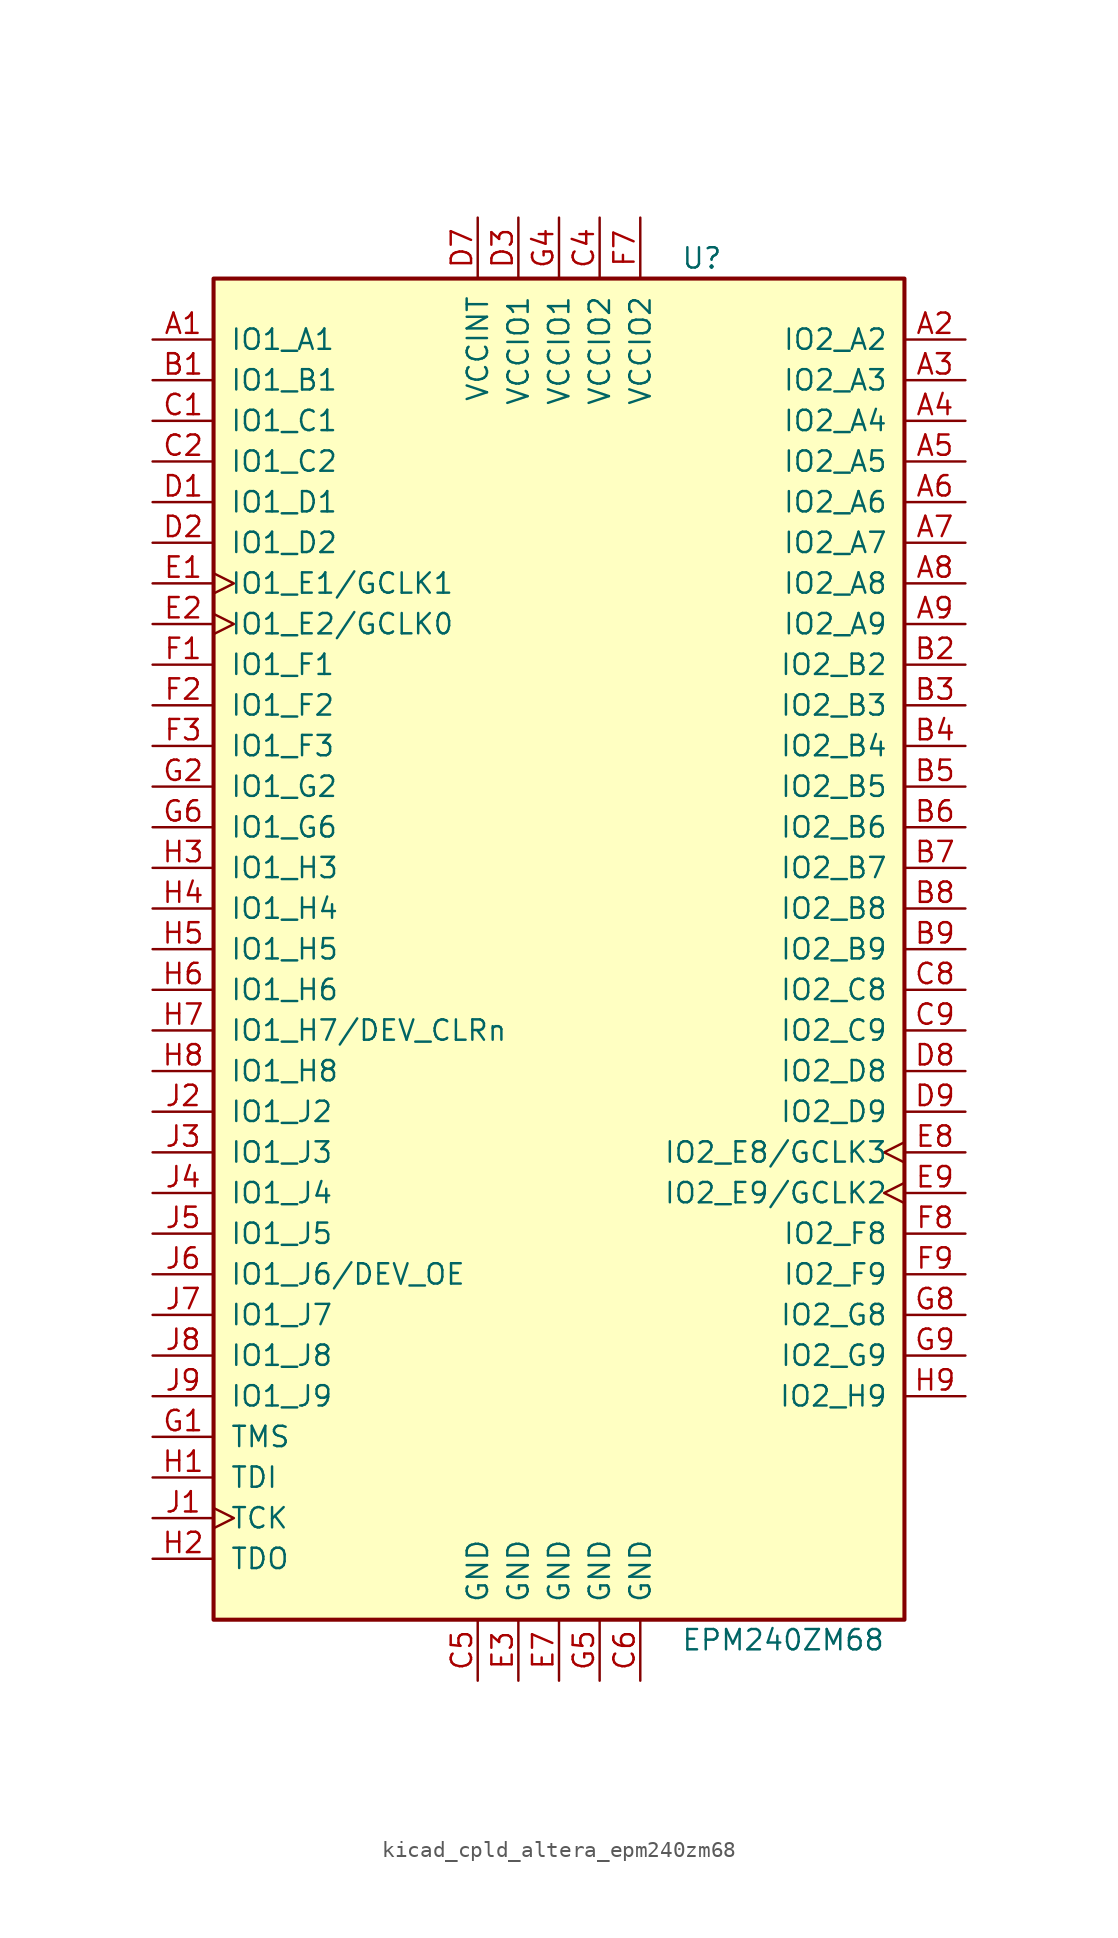
<source format=kicad_sym>
(kicad_symbol_lib
  (version 20220914)
  (generator kicad_symbol_editor)
  (symbol "kicad_cpld_altera_epm240zm68"
    (pin_names
      (offset 1.016))
    (property "Reference" "U"
      (at 7.62 43.18 0)
      (effects (font (size 1.27 1.27)) (justify left)))
    (property "Value" "EPM240ZM68"
      (at 7.62 -43.18 0)
      (effects (font (size 1.27 1.27)) (justify left)))
    (property "ki_locked" ""
      (at 0 0 0)
      (effects (font (size 1.27 1.27))))
    (symbol "kicad_cpld_altera_epm240zm68_1_1"
      (rectangle (start -21.59 41.91) (end 21.59 -41.91) (stroke (width 0.254) (type default)) (fill (type background)))
      (pin bidirectional line (at -25.4 38.1 0) (length 3.81) (name "IO1_A1" (effects (font (size 1.27 1.27)))) (number "A1" (effects (font (size 1.27 1.27)))))
      (pin bidirectional line (at 25.4 38.1 180) (length 3.81) (name "IO2_A2" (effects (font (size 1.27 1.27)))) (number "A2" (effects (font (size 1.27 1.27)))))
      (pin bidirectional line (at 25.4 35.56 180) (length 3.81) (name "IO2_A3" (effects (font (size 1.27 1.27)))) (number "A3" (effects (font (size 1.27 1.27)))))
      (pin bidirectional line (at 25.4 33.02 180) (length 3.81) (name "IO2_A4" (effects (font (size 1.27 1.27)))) (number "A4" (effects (font (size 1.27 1.27)))))
      (pin bidirectional line (at 25.4 30.48 180) (length 3.81) (name "IO2_A5" (effects (font (size 1.27 1.27)))) (number "A5" (effects (font (size 1.27 1.27)))))
      (pin bidirectional line (at 25.4 27.94 180) (length 3.81) (name "IO2_A6" (effects (font (size 1.27 1.27)))) (number "A6" (effects (font (size 1.27 1.27)))))
      (pin bidirectional line (at 25.4 25.4 180) (length 3.81) (name "IO2_A7" (effects (font (size 1.27 1.27)))) (number "A7" (effects (font (size 1.27 1.27)))))
      (pin bidirectional line (at 25.4 22.86 180) (length 3.81) (name "IO2_A8" (effects (font (size 1.27 1.27)))) (number "A8" (effects (font (size 1.27 1.27)))))
      (pin bidirectional line (at 25.4 20.32 180) (length 3.81) (name "IO2_A9" (effects (font (size 1.27 1.27)))) (number "A9" (effects (font (size 1.27 1.27)))))
      (pin bidirectional line (at -25.4 35.56 0) (length 3.81) (name "IO1_B1" (effects (font (size 1.27 1.27)))) (number "B1" (effects (font (size 1.27 1.27)))))
      (pin bidirectional line (at 25.4 17.78 180) (length 3.81) (name "IO2_B2" (effects (font (size 1.27 1.27)))) (number "B2" (effects (font (size 1.27 1.27)))))
      (pin bidirectional line (at 25.4 15.24 180) (length 3.81) (name "IO2_B3" (effects (font (size 1.27 1.27)))) (number "B3" (effects (font (size 1.27 1.27)))))
      (pin bidirectional line (at 25.4 12.7 180) (length 3.81) (name "IO2_B4" (effects (font (size 1.27 1.27)))) (number "B4" (effects (font (size 1.27 1.27)))))
      (pin bidirectional line (at 25.4 10.16 180) (length 3.81) (name "IO2_B5" (effects (font (size 1.27 1.27)))) (number "B5" (effects (font (size 1.27 1.27)))))
      (pin bidirectional line (at 25.4 7.62 180) (length 3.81) (name "IO2_B6" (effects (font (size 1.27 1.27)))) (number "B6" (effects (font (size 1.27 1.27)))))
      (pin bidirectional line (at 25.4 5.08 180) (length 3.81) (name "IO2_B7" (effects (font (size 1.27 1.27)))) (number "B7" (effects (font (size 1.27 1.27)))))
      (pin bidirectional line (at 25.4 2.54 180) (length 3.81) (name "IO2_B8" (effects (font (size 1.27 1.27)))) (number "B8" (effects (font (size 1.27 1.27)))))
      (pin bidirectional line (at 25.4 0 180) (length 3.81) (name "IO2_B9" (effects (font (size 1.27 1.27)))) (number "B9" (effects (font (size 1.27 1.27)))))
      (pin bidirectional line (at -25.4 33.02 0) (length 3.81) (name "IO1_C1" (effects (font (size 1.27 1.27)))) (number "C1" (effects (font (size 1.27 1.27)))))
      (pin bidirectional line (at -25.4 30.48 0) (length 3.81) (name "IO1_C2" (effects (font (size 1.27 1.27)))) (number "C2" (effects (font (size 1.27 1.27)))))
      (pin power_in line (at 2.54 45.72 270) (length 3.81) (name "VCCIO2" (effects (font (size 1.27 1.27)))) (number "C4" (effects (font (size 1.27 1.27)))))
      (pin power_in line (at -5.08 -45.72 90) (length 3.81) (name "GND" (effects (font (size 1.27 1.27)))) (number "C5" (effects (font (size 1.27 1.27)))))
      (pin power_in line (at 5.08 -45.72 90) (length 3.81) (name "GND" (effects (font (size 1.27 1.27)))) (number "C6" (effects (font (size 1.27 1.27)))))
      (pin bidirectional line (at 25.4 -2.54 180) (length 3.81) (name "IO2_C8" (effects (font (size 1.27 1.27)))) (number "C8" (effects (font (size 1.27 1.27)))))
      (pin bidirectional line (at 25.4 -5.08 180) (length 3.81) (name "IO2_C9" (effects (font (size 1.27 1.27)))) (number "C9" (effects (font (size 1.27 1.27)))))
      (pin bidirectional line (at -25.4 27.94 0) (length 3.81) (name "IO1_D1" (effects (font (size 1.27 1.27)))) (number "D1" (effects (font (size 1.27 1.27)))))
      (pin bidirectional line (at -25.4 25.4 0) (length 3.81) (name "IO1_D2" (effects (font (size 1.27 1.27)))) (number "D2" (effects (font (size 1.27 1.27)))))
      (pin power_in line (at -2.54 45.72 270) (length 3.81) (name "VCCIO1" (effects (font (size 1.27 1.27)))) (number "D3" (effects (font (size 1.27 1.27)))))
      (pin power_in line (at -5.08 45.72 270) (length 3.81) (name "VCCINT" (effects (font (size 1.27 1.27)))) (number "D7" (effects (font (size 1.27 1.27)))))
      (pin bidirectional line (at 25.4 -7.62 180) (length 3.81) (name "IO2_D8" (effects (font (size 1.27 1.27)))) (number "D8" (effects (font (size 1.27 1.27)))))
      (pin bidirectional line (at 25.4 -10.16 180) (length 3.81) (name "IO2_D9" (effects (font (size 1.27 1.27)))) (number "D9" (effects (font (size 1.27 1.27)))))
      (pin bidirectional clock (at -25.4 22.86 0) (length 3.81) (name "IO1_E1/GCLK1" (effects (font (size 1.27 1.27)))) (number "E1" (effects (font (size 1.27 1.27)))))
      (pin bidirectional clock (at -25.4 20.32 0) (length 3.81) (name "IO1_E2/GCLK0" (effects (font (size 1.27 1.27)))) (number "E2" (effects (font (size 1.27 1.27)))))
      (pin power_in line (at -2.54 -45.72 90) (length 3.81) (name "GND" (effects (font (size 1.27 1.27)))) (number "E3" (effects (font (size 1.27 1.27)))))
      (pin power_in line (at 0 -45.72 90) (length 3.81) (name "GND" (effects (font (size 1.27 1.27)))) (number "E7" (effects (font (size 1.27 1.27)))))
      (pin bidirectional clock (at 25.4 -12.7 180) (length 3.81) (name "IO2_E8/GCLK3" (effects (font (size 1.27 1.27)))) (number "E8" (effects (font (size 1.27 1.27)))))
      (pin bidirectional clock (at 25.4 -15.24 180) (length 3.81) (name "IO2_E9/GCLK2" (effects (font (size 1.27 1.27)))) (number "E9" (effects (font (size 1.27 1.27)))))
      (pin bidirectional line (at -25.4 17.78 0) (length 3.81) (name "IO1_F1" (effects (font (size 1.27 1.27)))) (number "F1" (effects (font (size 1.27 1.27)))))
      (pin bidirectional line (at -25.4 15.24 0) (length 3.81) (name "IO1_F2" (effects (font (size 1.27 1.27)))) (number "F2" (effects (font (size 1.27 1.27)))))
      (pin bidirectional line (at -25.4 12.7 0) (length 3.81) (name "IO1_F3" (effects (font (size 1.27 1.27)))) (number "F3" (effects (font (size 1.27 1.27)))))
      (pin power_in line (at 5.08 45.72 270) (length 3.81) (name "VCCIO2" (effects (font (size 1.27 1.27)))) (number "F7" (effects (font (size 1.27 1.27)))))
      (pin bidirectional line (at 25.4 -17.78 180) (length 3.81) (name "IO2_F8" (effects (font (size 1.27 1.27)))) (number "F8" (effects (font (size 1.27 1.27)))))
      (pin bidirectional line (at 25.4 -20.32 180) (length 3.81) (name "IO2_F9" (effects (font (size 1.27 1.27)))) (number "F9" (effects (font (size 1.27 1.27)))))
      (pin input line (at -25.4 -30.48 0) (length 3.81) (name "TMS" (effects (font (size 1.27 1.27)))) (number "G1" (effects (font (size 1.27 1.27)))))
      (pin bidirectional line (at -25.4 10.16 0) (length 3.81) (name "IO1_G2" (effects (font (size 1.27 1.27)))) (number "G2" (effects (font (size 1.27 1.27)))))
      (pin power_in line (at 0 45.72 270) (length 3.81) (name "VCCIO1" (effects (font (size 1.27 1.27)))) (number "G4" (effects (font (size 1.27 1.27)))))
      (pin power_in line (at 2.54 -45.72 90) (length 3.81) (name "GND" (effects (font (size 1.27 1.27)))) (number "G5" (effects (font (size 1.27 1.27)))))
      (pin bidirectional line (at -25.4 7.62 0) (length 3.81) (name "IO1_G6" (effects (font (size 1.27 1.27)))) (number "G6" (effects (font (size 1.27 1.27)))))
      (pin bidirectional line (at 25.4 -22.86 180) (length 3.81) (name "IO2_G8" (effects (font (size 1.27 1.27)))) (number "G8" (effects (font (size 1.27 1.27)))))
      (pin bidirectional line (at 25.4 -25.4 180) (length 3.81) (name "IO2_G9" (effects (font (size 1.27 1.27)))) (number "G9" (effects (font (size 1.27 1.27)))))
      (pin input line (at -25.4 -33.02 0) (length 3.81) (name "TDI" (effects (font (size 1.27 1.27)))) (number "H1" (effects (font (size 1.27 1.27)))))
      (pin output line (at -25.4 -38.1 0) (length 3.81) (name "TDO" (effects (font (size 1.27 1.27)))) (number "H2" (effects (font (size 1.27 1.27)))))
      (pin bidirectional line (at -25.4 5.08 0) (length 3.81) (name "IO1_H3" (effects (font (size 1.27 1.27)))) (number "H3" (effects (font (size 1.27 1.27)))))
      (pin bidirectional line (at -25.4 2.54 0) (length 3.81) (name "IO1_H4" (effects (font (size 1.27 1.27)))) (number "H4" (effects (font (size 1.27 1.27)))))
      (pin bidirectional line (at -25.4 0 0) (length 3.81) (name "IO1_H5" (effects (font (size 1.27 1.27)))) (number "H5" (effects (font (size 1.27 1.27)))))
      (pin bidirectional line (at -25.4 -2.54 0) (length 3.81) (name "IO1_H6" (effects (font (size 1.27 1.27)))) (number "H6" (effects (font (size 1.27 1.27)))))
      (pin bidirectional line (at -25.4 -5.08 0) (length 3.81) (name "IO1_H7/DEV_CLRn" (effects (font (size 1.27 1.27)))) (number "H7" (effects (font (size 1.27 1.27)))))
      (pin bidirectional line (at -25.4 -7.62 0) (length 3.81) (name "IO1_H8" (effects (font (size 1.27 1.27)))) (number "H8" (effects (font (size 1.27 1.27)))))
      (pin bidirectional line (at 25.4 -27.94 180) (length 3.81) (name "IO2_H9" (effects (font (size 1.27 1.27)))) (number "H9" (effects (font (size 1.27 1.27)))))
      (pin input clock (at -25.4 -35.56 0) (length 3.81) (name "TCK" (effects (font (size 1.27 1.27)))) (number "J1" (effects (font (size 1.27 1.27)))))
      (pin bidirectional line (at -25.4 -10.16 0) (length 3.81) (name "IO1_J2" (effects (font (size 1.27 1.27)))) (number "J2" (effects (font (size 1.27 1.27)))))
      (pin bidirectional line (at -25.4 -12.7 0) (length 3.81) (name "IO1_J3" (effects (font (size 1.27 1.27)))) (number "J3" (effects (font (size 1.27 1.27)))))
      (pin bidirectional line (at -25.4 -15.24 0) (length 3.81) (name "IO1_J4" (effects (font (size 1.27 1.27)))) (number "J4" (effects (font (size 1.27 1.27)))))
      (pin bidirectional line (at -25.4 -17.78 0) (length 3.81) (name "IO1_J5" (effects (font (size 1.27 1.27)))) (number "J5" (effects (font (size 1.27 1.27)))))
      (pin bidirectional line (at -25.4 -20.32 0) (length 3.81) (name "IO1_J6/DEV_OE" (effects (font (size 1.27 1.27)))) (number "J6" (effects (font (size 1.27 1.27)))))
      (pin bidirectional line (at -25.4 -22.86 0) (length 3.81) (name "IO1_J7" (effects (font (size 1.27 1.27)))) (number "J7" (effects (font (size 1.27 1.27)))))
      (pin bidirectional line (at -25.4 -25.4 0) (length 3.81) (name "IO1_J8" (effects (font (size 1.27 1.27)))) (number "J8" (effects (font (size 1.27 1.27)))))
      (pin bidirectional line (at -25.4 -27.94 0) (length 3.81) (name "IO1_J9" (effects (font (size 1.27 1.27)))) (number "J9" (effects (font (size 1.27 1.27))))))))
</source>
